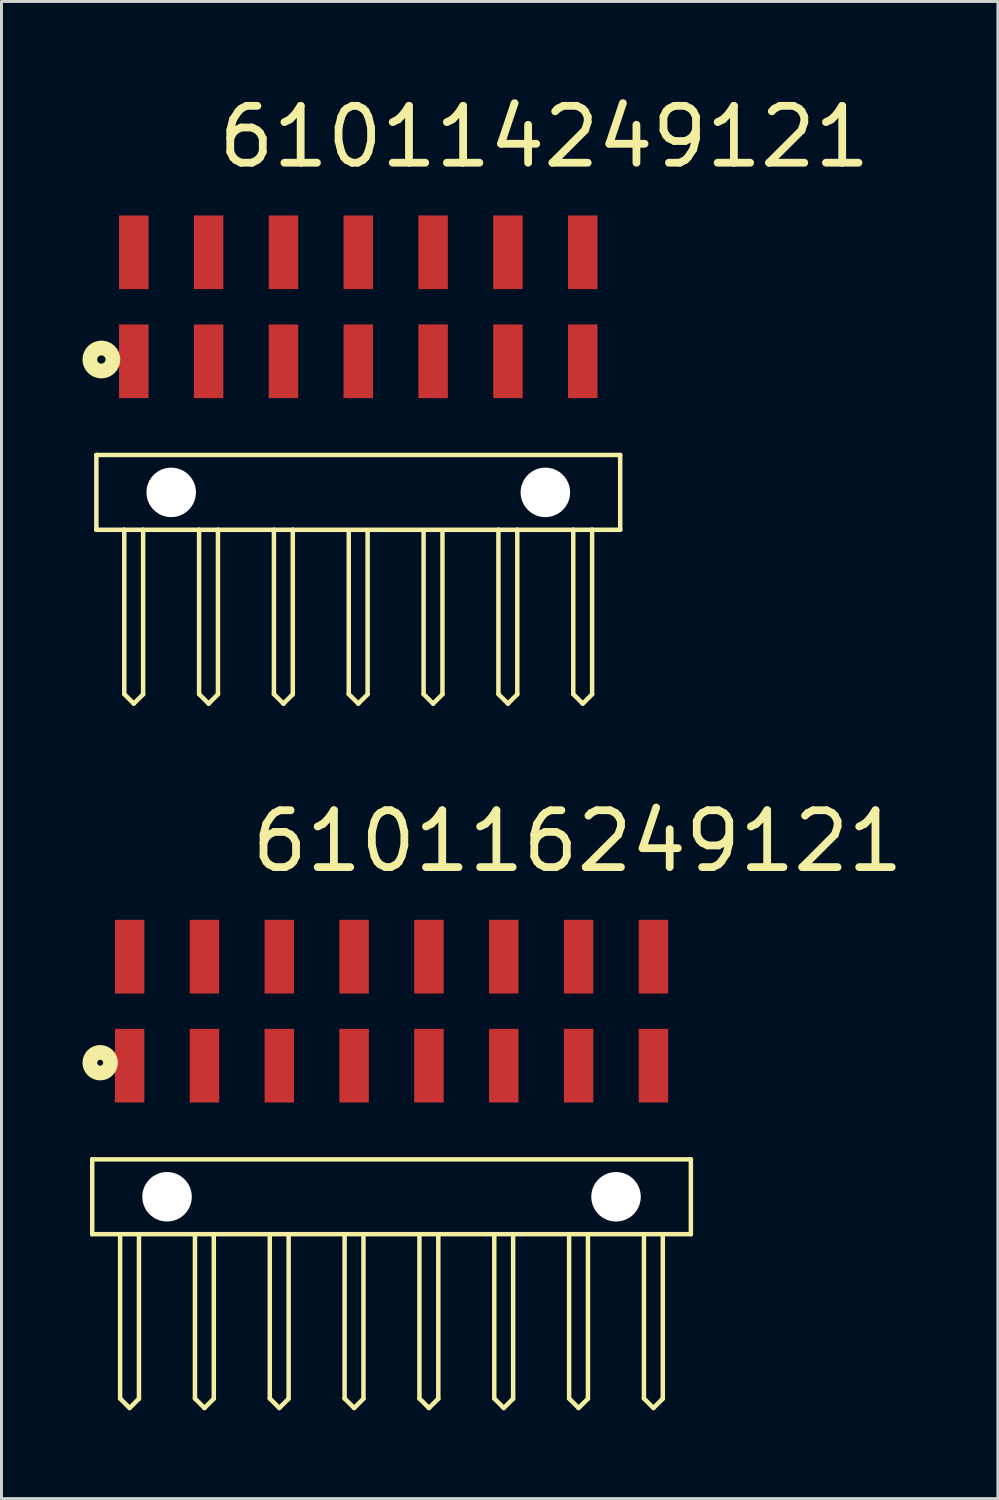
<source format=kicad_pcb>
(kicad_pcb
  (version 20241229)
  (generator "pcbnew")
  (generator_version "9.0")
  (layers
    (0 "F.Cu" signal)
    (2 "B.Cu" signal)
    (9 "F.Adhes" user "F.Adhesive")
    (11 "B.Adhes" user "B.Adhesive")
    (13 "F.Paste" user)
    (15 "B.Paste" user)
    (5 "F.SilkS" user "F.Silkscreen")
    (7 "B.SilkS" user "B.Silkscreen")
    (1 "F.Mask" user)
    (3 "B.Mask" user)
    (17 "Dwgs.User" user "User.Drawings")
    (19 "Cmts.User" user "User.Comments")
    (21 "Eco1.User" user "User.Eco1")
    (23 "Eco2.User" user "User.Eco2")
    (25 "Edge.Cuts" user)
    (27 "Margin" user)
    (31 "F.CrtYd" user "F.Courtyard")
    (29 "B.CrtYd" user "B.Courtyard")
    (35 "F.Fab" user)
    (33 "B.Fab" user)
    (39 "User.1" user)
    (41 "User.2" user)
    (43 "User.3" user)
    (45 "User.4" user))
  (footprint "610114249121"
    (layer "F.Cu")
    (at 9.111 13.663)
    (property "Reference" "610114249121" (at -4.886 -10.94 0) (layer "F.SilkS") (effects (font (size 1.93 1.93) (thickness 0.264)) (justify left bottom)))
    (attr through_hole)
    (fp_line (start -8.89 -1.27) (end -8.89 1.27) (stroke (width 0.152) (type solid)) (layer "F.SilkS"))
    (fp_line (start -7.943 1.27) (end -8.89 1.27) (stroke (width 0.152) (type solid)) (layer "F.SilkS"))
    (fp_line (start -7.943 1.27) (end -7.943 6.847) (stroke (width 0.152) (type solid)) (layer "F.SilkS"))
    (fp_line (start -7.62 7.17) (end -7.943 6.847) (stroke (width 0.152) (type solid)) (layer "F.SilkS"))
    (fp_line (start -7.303 1.27) (end -7.943 1.27) (stroke (width 0.152) (type solid)) (layer "F.SilkS"))
    (fp_line (start -7.303 1.27) (end -7.303 6.853) (stroke (width 0.152) (type solid)) (layer "F.SilkS"))
    (fp_line (start -7.303 6.853) (end -7.62 7.17) (stroke (width 0.152) (type solid)) (layer "F.SilkS"))
    (fp_line (start -5.403 1.27) (end -7.303 1.27) (stroke (width 0.152) (type solid)) (layer "F.SilkS"))
    (fp_line (start -5.403 1.27) (end -5.403 6.847) (stroke (width 0.152) (type solid)) (layer "F.SilkS"))
    (fp_line (start -5.08 7.17) (end -5.403 6.847) (stroke (width 0.152) (type solid)) (layer "F.SilkS"))
    (fp_line (start -4.763 1.27) (end -5.403 1.27) (stroke (width 0.152) (type solid)) (layer "F.SilkS"))
    (fp_line (start -4.763 1.27) (end -4.763 6.853) (stroke (width 0.152) (type solid)) (layer "F.SilkS"))
    (fp_line (start -4.763 6.853) (end -5.08 7.17) (stroke (width 0.152) (type solid)) (layer "F.SilkS"))
    (fp_line (start -2.863 1.27) (end -4.763 1.27) (stroke (width 0.152) (type solid)) (layer "F.SilkS"))
    (fp_line (start -2.863 1.27) (end -2.863 6.847) (stroke (width 0.152) (type solid)) (layer "F.SilkS"))
    (fp_line (start -2.54 7.17) (end -2.863 6.847) (stroke (width 0.152) (type solid)) (layer "F.SilkS"))
    (fp_line (start -2.223 1.27) (end -2.863 1.27) (stroke (width 0.152) (type solid)) (layer "F.SilkS"))
    (fp_line (start -2.223 1.27) (end -2.223 6.853) (stroke (width 0.152) (type solid)) (layer "F.SilkS"))
    (fp_line (start -2.223 6.853) (end -2.54 7.17) (stroke (width 0.152) (type solid)) (layer "F.SilkS"))
    (fp_line (start -0.323 1.28) (end -0.323 6.847) (stroke (width 0.152) (type solid)) (layer "F.SilkS"))
    (fp_line (start 0 7.17) (end -0.323 6.847) (stroke (width 0.152) (type solid)) (layer "F.SilkS"))
    (fp_line (start 0.317 1.28) (end 0.317 6.853) (stroke (width 0.152) (type solid)) (layer "F.SilkS"))
    (fp_line (start 0.317 6.853) (end 0 7.17) (stroke (width 0.152) (type solid)) (layer "F.SilkS"))
    (fp_line (start 2.217 1.28) (end 2.217 6.847) (stroke (width 0.152) (type solid)) (layer "F.SilkS"))
    (fp_line (start 2.54 7.17) (end 2.217 6.847) (stroke (width 0.152) (type solid)) (layer "F.SilkS"))
    (fp_line (start 2.857 1.28) (end 2.857 6.853) (stroke (width 0.152) (type solid)) (layer "F.SilkS"))
    (fp_line (start 2.857 6.853) (end 2.54 7.17) (stroke (width 0.152) (type solid)) (layer "F.SilkS"))
    (fp_line (start 4.757 1.27) (end -2.223 1.27) (stroke (width 0.152) (type solid)) (layer "F.SilkS"))
    (fp_line (start 4.757 1.27) (end 4.757 6.847) (stroke (width 0.152) (type solid)) (layer "F.SilkS"))
    (fp_line (start 5.08 7.17) (end 4.757 6.847) (stroke (width 0.152) (type solid)) (layer "F.SilkS"))
    (fp_line (start 5.397 1.27) (end 4.757 1.27) (stroke (width 0.152) (type solid)) (layer "F.SilkS"))
    (fp_line (start 5.397 1.27) (end 5.397 6.853) (stroke (width 0.152) (type solid)) (layer "F.SilkS"))
    (fp_line (start 5.397 6.853) (end 5.08 7.17) (stroke (width 0.152) (type solid)) (layer "F.SilkS"))
    (fp_line (start 7.297 1.27) (end 5.397 1.27) (stroke (width 0.152) (type solid)) (layer "F.SilkS"))
    (fp_line (start 7.297 1.27) (end 7.297 6.847) (stroke (width 0.152) (type solid)) (layer "F.SilkS"))
    (fp_line (start 7.62 7.17) (end 7.297 6.847) (stroke (width 0.152) (type solid)) (layer "F.SilkS"))
    (fp_line (start 7.937 1.27) (end 7.297 1.27) (stroke (width 0.152) (type solid)) (layer "F.SilkS"))
    (fp_line (start 7.937 1.27) (end 7.937 6.853) (stroke (width 0.152) (type solid)) (layer "F.SilkS"))
    (fp_line (start 7.937 6.853) (end 7.62 7.17) (stroke (width 0.152) (type solid)) (layer "F.SilkS"))
    (fp_line (start 8.89 -1.27) (end -8.89 -1.27) (stroke (width 0.152) (type solid)) (layer "F.SilkS"))
    (fp_line (start 8.89 -1.27) (end 8.89 1.27) (stroke (width 0.152) (type solid)) (layer "F.SilkS"))
    (fp_line (start 8.89 1.27) (end 7.937 1.27) (stroke (width 0.152) (type solid)) (layer "F.SilkS"))
    (fp_circle (center -8.72 -4.51) (end -8.579 -4.51) (stroke (width 0.5) (type solid)) (fill no) (layer "F.SilkS"))
    (pad "" np_thru_hole circle (at -6.35 0) (size 1.68 1.68) (drill 1.68) (layers "*.Cu"))
    (pad "" np_thru_hole circle (at 6.35 0) (size 1.68 1.68) (drill 1.68) (layers "*.Cu"))
    (pad "1" smd rect (at -7.62 -4.45) (size 1 2.5) (layers "F.Cu" "F.Mask" "F.Paste"))
    (pad "2" smd rect (at -5.08 -4.45) (size 1 2.5) (layers "F.Cu" "F.Mask" "F.Paste"))
    (pad "3" smd rect (at -2.54 -4.45) (size 1 2.5) (layers "F.Cu" "F.Mask" "F.Paste"))
    (pad "4" smd rect (at 0 -4.45) (size 1 2.5) (layers "F.Cu" "F.Mask" "F.Paste"))
    (pad "5" smd rect (at 2.54 -4.45) (size 1 2.5) (layers "F.Cu" "F.Mask" "F.Paste"))
    (pad "6" smd rect (at 5.08 -4.45) (size 1 2.5) (layers "F.Cu" "F.Mask" "F.Paste"))
    (pad "7" smd rect (at 7.62 -4.45) (size 1 2.5) (layers "F.Cu" "F.Mask" "F.Paste"))
    (pad "8" smd rect (at 7.62 -8.15) (size 1 2.5) (layers "F.Cu" "F.Mask" "F.Paste"))
    (pad "9" smd rect (at 5.08 -8.15) (size 1 2.5) (layers "F.Cu" "F.Mask" "F.Paste"))
    (pad "10" smd rect (at 2.54 -8.15) (size 1 2.5) (layers "F.Cu" "F.Mask" "F.Paste"))
    (pad "11" smd rect (at 0 -8.15) (size 1 2.5) (layers "F.Cu" "F.Mask" "F.Paste"))
    (pad "12" smd rect (at -2.54 -8.15) (size 1 2.5) (layers "F.Cu" "F.Mask" "F.Paste"))
    (pad "13" smd rect (at -5.08 -8.15) (size 1 2.5) (layers "F.Cu" "F.Mask" "F.Paste"))
    (pad "14" smd rect (at -7.62 -8.15) (size 1 2.5) (layers "F.Cu" "F.Mask" "F.Paste")))
  (footprint "610116249121"
    (layer "F.Cu")
    (at 10.24 37.572)
    (property "Reference" "610116249121" (at -4.886 -10.94 0) (layer "F.SilkS") (effects (font (size 1.93 1.93) (thickness 0.264)) (justify left bottom)))
    (attr through_hole)
    (fp_line (start -10.16 -1.27) (end -10.16 1.27) (stroke (width 0.152) (type solid)) (layer "F.SilkS"))
    (fp_line (start -9.213 1.27) (end -10.16 1.27) (stroke (width 0.152) (type solid)) (layer "F.SilkS"))
    (fp_line (start -9.213 1.27) (end -9.213 6.847) (stroke (width 0.152) (type solid)) (layer "F.SilkS"))
    (fp_line (start -8.89 7.17) (end -9.213 6.847) (stroke (width 0.152) (type solid)) (layer "F.SilkS"))
    (fp_line (start -8.573 1.27) (end -9.213 1.27) (stroke (width 0.152) (type solid)) (layer "F.SilkS"))
    (fp_line (start -8.573 1.27) (end -8.573 6.853) (stroke (width 0.152) (type solid)) (layer "F.SilkS"))
    (fp_line (start -8.573 6.853) (end -8.89 7.17) (stroke (width 0.152) (type solid)) (layer "F.SilkS"))
    (fp_line (start -6.673 1.27) (end -8.573 1.27) (stroke (width 0.152) (type solid)) (layer "F.SilkS"))
    (fp_line (start -6.673 1.27) (end -6.673 6.847) (stroke (width 0.152) (type solid)) (layer "F.SilkS"))
    (fp_line (start -6.35 7.17) (end -6.673 6.847) (stroke (width 0.152) (type solid)) (layer "F.SilkS"))
    (fp_line (start -6.033 1.27) (end -6.673 1.27) (stroke (width 0.152) (type solid)) (layer "F.SilkS"))
    (fp_line (start -6.033 1.27) (end -6.033 6.853) (stroke (width 0.152) (type solid)) (layer "F.SilkS"))
    (fp_line (start -6.033 6.853) (end -6.35 7.17) (stroke (width 0.152) (type solid)) (layer "F.SilkS"))
    (fp_line (start -4.133 1.27) (end -6.033 1.27) (stroke (width 0.152) (type solid)) (layer "F.SilkS"))
    (fp_line (start -4.133 1.27) (end -4.133 6.847) (stroke (width 0.152) (type solid)) (layer "F.SilkS"))
    (fp_line (start -3.81 7.17) (end -4.133 6.847) (stroke (width 0.152) (type solid)) (layer "F.SilkS"))
    (fp_line (start -3.493 1.27) (end -4.133 1.27) (stroke (width 0.152) (type solid)) (layer "F.SilkS"))
    (fp_line (start -3.493 1.27) (end -3.493 6.853) (stroke (width 0.152) (type solid)) (layer "F.SilkS"))
    (fp_line (start -3.493 6.853) (end -3.81 7.17) (stroke (width 0.152) (type solid)) (layer "F.SilkS"))
    (fp_line (start -1.593 1.28) (end -1.593 6.847) (stroke (width 0.152) (type solid)) (layer "F.SilkS"))
    (fp_line (start -1.27 7.17) (end -1.593 6.847) (stroke (width 0.152) (type solid)) (layer "F.SilkS"))
    (fp_line (start -0.953 1.28) (end -0.953 6.853) (stroke (width 0.152) (type solid)) (layer "F.SilkS"))
    (fp_line (start -0.953 6.853) (end -1.27 7.17) (stroke (width 0.152) (type solid)) (layer "F.SilkS"))
    (fp_line (start 0.947 1.28) (end 0.947 6.847) (stroke (width 0.152) (type solid)) (layer "F.SilkS"))
    (fp_line (start 1.27 7.17) (end 0.947 6.847) (stroke (width 0.152) (type solid)) (layer "F.SilkS"))
    (fp_line (start 1.587 1.28) (end 1.587 6.853) (stroke (width 0.152) (type solid)) (layer "F.SilkS"))
    (fp_line (start 1.587 6.853) (end 1.27 7.17) (stroke (width 0.152) (type solid)) (layer "F.SilkS"))
    (fp_line (start 3.487 1.28) (end 3.487 6.847) (stroke (width 0.152) (type solid)) (layer "F.SilkS"))
    (fp_line (start 3.81 7.17) (end 3.487 6.847) (stroke (width 0.152) (type solid)) (layer "F.SilkS"))
    (fp_line (start 4.127 1.28) (end 4.127 6.853) (stroke (width 0.152) (type solid)) (layer "F.SilkS"))
    (fp_line (start 4.127 6.853) (end 3.81 7.17) (stroke (width 0.152) (type solid)) (layer "F.SilkS"))
    (fp_line (start 6.027 1.27) (end -3.493 1.27) (stroke (width 0.152) (type solid)) (layer "F.SilkS"))
    (fp_line (start 6.027 1.27) (end 6.027 6.847) (stroke (width 0.152) (type solid)) (layer "F.SilkS"))
    (fp_line (start 6.35 7.17) (end 6.027 6.847) (stroke (width 0.152) (type solid)) (layer "F.SilkS"))
    (fp_line (start 6.667 1.27) (end 6.027 1.27) (stroke (width 0.152) (type solid)) (layer "F.SilkS"))
    (fp_line (start 6.667 1.27) (end 6.667 6.853) (stroke (width 0.152) (type solid)) (layer "F.SilkS"))
    (fp_line (start 6.667 6.853) (end 6.35 7.17) (stroke (width 0.152) (type solid)) (layer "F.SilkS"))
    (fp_line (start 8.567 1.27) (end 6.667 1.27) (stroke (width 0.152) (type solid)) (layer "F.SilkS"))
    (fp_line (start 8.567 1.27) (end 8.567 6.847) (stroke (width 0.152) (type solid)) (layer "F.SilkS"))
    (fp_line (start 8.89 7.17) (end 8.567 6.847) (stroke (width 0.152) (type solid)) (layer "F.SilkS"))
    (fp_line (start 9.207 1.27) (end 8.567 1.27) (stroke (width 0.152) (type solid)) (layer "F.SilkS"))
    (fp_line (start 9.207 1.27) (end 9.207 6.853) (stroke (width 0.152) (type solid)) (layer "F.SilkS"))
    (fp_line (start 9.207 6.853) (end 8.89 7.17) (stroke (width 0.152) (type solid)) (layer "F.SilkS"))
    (fp_line (start 10.16 -1.27) (end -10.16 -1.27) (stroke (width 0.152) (type solid)) (layer "F.SilkS"))
    (fp_line (start 10.16 -1.27) (end 10.16 1.27) (stroke (width 0.152) (type solid)) (layer "F.SilkS"))
    (fp_line (start 10.16 1.27) (end 9.207 1.27) (stroke (width 0.152) (type solid)) (layer "F.SilkS"))
    (fp_circle (center -9.89 -4.55) (end -9.79 -4.55) (stroke (width 0.5) (type solid)) (fill no) (layer "F.SilkS"))
    (pad "" np_thru_hole circle (at -7.62 0) (size 1.68 1.68) (drill 1.68) (layers "*.Cu"))
    (pad "" np_thru_hole circle (at 7.62 0) (size 1.68 1.68) (drill 1.68) (layers "*.Cu"))
    (pad "1" smd rect (at -8.89 -4.45) (size 1 2.5) (layers "F.Cu" "F.Mask" "F.Paste"))
    (pad "2" smd rect (at -6.35 -4.45) (size 1 2.5) (layers "F.Cu" "F.Mask" "F.Paste"))
    (pad "3" smd rect (at -3.81 -4.45) (size 1 2.5) (layers "F.Cu" "F.Mask" "F.Paste"))
    (pad "4" smd rect (at -1.27 -4.45) (size 1 2.5) (layers "F.Cu" "F.Mask" "F.Paste"))
    (pad "5" smd rect (at 1.27 -4.45) (size 1 2.5) (layers "F.Cu" "F.Mask" "F.Paste"))
    (pad "6" smd rect (at 3.81 -4.45) (size 1 2.5) (layers "F.Cu" "F.Mask" "F.Paste"))
    (pad "7" smd rect (at 6.35 -4.45) (size 1 2.5) (layers "F.Cu" "F.Mask" "F.Paste"))
    (pad "8" smd rect (at 8.89 -4.45) (size 1 2.5) (layers "F.Cu" "F.Mask" "F.Paste"))
    (pad "9" smd rect (at 8.89 -8.15) (size 1 2.5) (layers "F.Cu" "F.Mask" "F.Paste"))
    (pad "10" smd rect (at 6.35 -8.15) (size 1 2.5) (layers "F.Cu" "F.Mask" "F.Paste"))
    (pad "11" smd rect (at 3.81 -8.15) (size 1 2.5) (layers "F.Cu" "F.Mask" "F.Paste"))
    (pad "12" smd rect (at 1.27 -8.15) (size 1 2.5) (layers "F.Cu" "F.Mask" "F.Paste"))
    (pad "13" smd rect (at -1.27 -8.15) (size 1 2.5) (layers "F.Cu" "F.Mask" "F.Paste"))
    (pad "14" smd rect (at -3.81 -8.15) (size 1 2.5) (layers "F.Cu" "F.Mask" "F.Paste"))
    (pad "15" smd rect (at -6.35 -8.15) (size 1 2.5) (layers "F.Cu" "F.Mask" "F.Paste"))
    (pad "16" smd rect (at -8.89 -8.15) (size 1 2.5) (layers "F.Cu" "F.Mask" "F.Paste")))
  (gr_rect
    (start -3 -3)
    (end 30.822 47.818)
    (stroke (width 0.1) (type default))
    (fill no)
    (layer "Edge.Cuts")))
</source>
